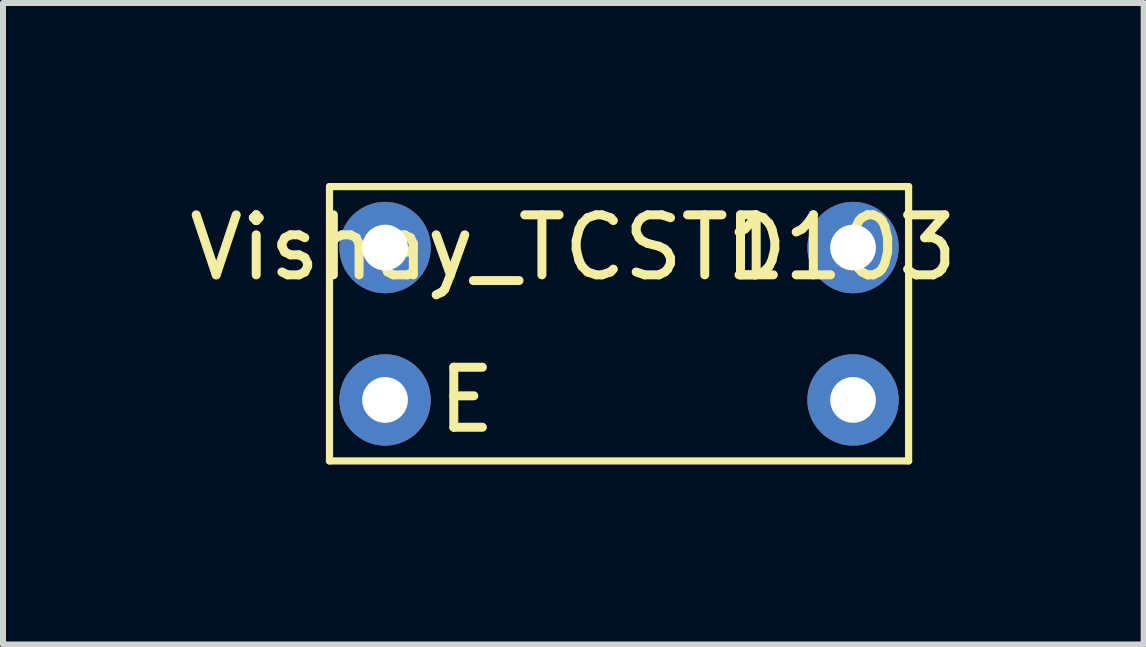
<source format=kicad_pcb>
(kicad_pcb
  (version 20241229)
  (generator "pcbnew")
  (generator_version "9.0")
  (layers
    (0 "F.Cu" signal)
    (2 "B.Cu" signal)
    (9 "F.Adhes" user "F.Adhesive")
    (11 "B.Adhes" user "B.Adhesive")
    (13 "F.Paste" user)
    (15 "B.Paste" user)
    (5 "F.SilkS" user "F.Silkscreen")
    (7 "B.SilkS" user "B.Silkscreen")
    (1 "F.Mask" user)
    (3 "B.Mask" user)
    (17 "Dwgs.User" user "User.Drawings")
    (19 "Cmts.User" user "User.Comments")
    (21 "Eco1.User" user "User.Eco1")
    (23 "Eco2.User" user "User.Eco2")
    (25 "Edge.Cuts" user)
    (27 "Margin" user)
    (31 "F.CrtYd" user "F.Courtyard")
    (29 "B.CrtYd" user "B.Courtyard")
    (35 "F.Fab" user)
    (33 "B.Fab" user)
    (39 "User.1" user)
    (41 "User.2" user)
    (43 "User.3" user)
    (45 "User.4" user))
  (footprint "Vishay_TCST1103"
    (layer "F.Cu")
    (at 7.268 2.346)
    (property "Reference" "Vishay_TCST1103" (at -0.762 -1.27 0) (layer "F.SilkS") (effects (font (size 1 1) (thickness 0.15))))
    (attr through_hole)
    (fp_line (start -4.826 -2.286) (end 4.826 -2.286) (stroke (width 0.12) (type solid)) (layer "F.SilkS"))
    (fp_line (start -4.826 2.286) (end -4.826 -2.286) (stroke (width 0.12) (type solid)) (layer "F.SilkS"))
    (fp_line (start 4.826 -2.286) (end 4.826 2.286) (stroke (width 0.12) (type solid)) (layer "F.SilkS"))
    (fp_line (start 4.826 2.286) (end -4.826 2.286) (stroke (width 0.12) (type solid)) (layer "F.SilkS"))
    (fp_text user "E" (at -2.54 1.27 0) (layer "F.SilkS") (effects (font (size 1 1) (thickness 0.15))))
    (fp_text user "D" (at 2.286 -1.27 0) (layer "F.SilkS") (effects (font (size 1 1) (thickness 0.15))))
    (pad "1" thru_hole circle (at -3.9 -1.27) (size 1.524 1.524) (drill 0.762) (layers "*.Cu" "*.Mask"))
    (pad "2" thru_hole circle (at -3.9 1.27) (size 1.524 1.524) (drill 0.762) (layers "*.Cu" "*.Mask"))
    (pad "3" thru_hole circle (at 3.9 -1.27) (size 1.524 1.524) (drill 0.762) (layers "*.Cu" "*.Mask"))
    (pad "4" thru_hole circle (at 3.9 1.27) (size 1.524 1.524) (drill 0.762) (layers "*.Cu" "*.Mask")))
  (gr_rect
    (start -3 -3)
    (end 16.012 7.692)
    (stroke (width 0.1) (type default))
    (fill no)
    (layer "Edge.Cuts")))
</source>
